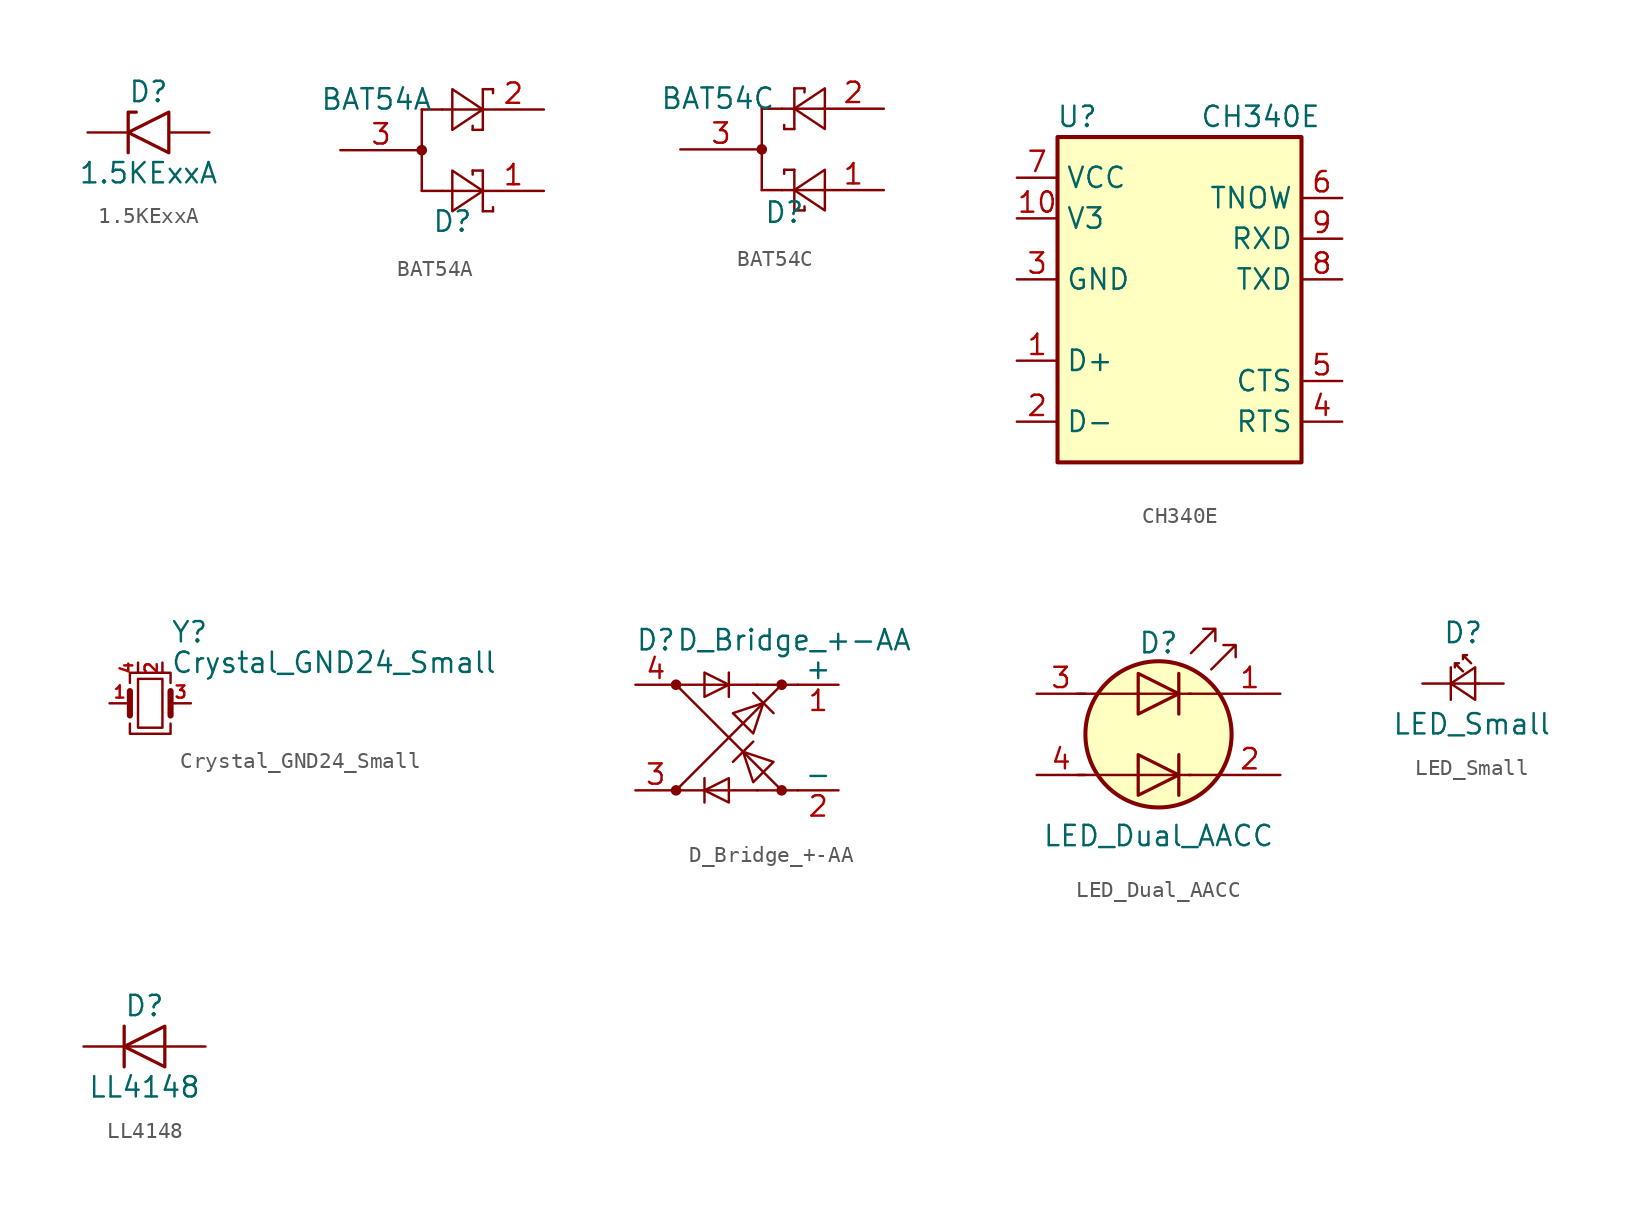
<source format=kicad_sym>
(kicad_symbol_lib
  (version 20211014)
  (generator kicad_symbol_editor)
  (symbol "1.5KExxA"
    (pin_numbers hide)
    (pin_names
      (offset 1.016) hide)
    (property "Reference" "D"
      (at 0 2.54 0)
      (effects (font (size 1.27 1.27))))
    (property "Value" "1.5KExxA"
      (at 0 -2.54 0)
      (effects (font (size 1.27 1.27))))
    (symbol "1.5KExxA_0_1"
      (polyline (pts (xy -0.762 1.27) (xy -1.27 1.27) (xy -1.27 -1.27)) (stroke (width 0.203) (type default) (color 0 0 0 0)) (fill (type none)))
      (polyline (pts (xy 1.27 1.27) (xy 1.27 -1.27) (xy -1.27 0) (xy 1.27 1.27)) (stroke (width 0.203) (type default) (color 0 0 0 0)) (fill (type none))))
    (symbol "1.5KExxA_1_1"
      (pin passive line (at -3.81 0 0) (length 2.54) (name "A1" (effects (font (size 1.27 1.27)))) (number "1" (effects (font (size 1.27 1.27)))))
      (pin passive line (at 3.81 0 180) (length 2.54) (name "A2" (effects (font (size 1.27 1.27)))) (number "2" (effects (font (size 1.27 1.27)))))))
  (symbol "BAT54A"
    (pin_names
      (offset 1.016))
    (property "Reference" "D"
      (at 0.635 -4.445 0)
      (effects (font (size 1.27 1.27)) (justify left)))
    (property "Value" "BAT54A"
      (at -6.35 3.175 0)
      (effects (font (size 1.27 1.27)) (justify left)))
    (symbol "BAT54A_0_1"
      (polyline (pts (xy 0 -2.54) (xy 1.27 -2.54)) (stroke (width 0) (type default) (color 0 0 0 0)) (fill (type none)))
      (polyline (pts (xy 0 2.54) (xy 0 -2.54)) (stroke (width 0) (type default) (color 0 0 0 0)) (fill (type none)))
      (polyline (pts (xy 1.27 2.54) (xy 0 2.54)) (stroke (width 0) (type default) (color 0 0 0 0)) (fill (type none)))
      (polyline (pts (xy 1.27 2.54) (xy 3.81 2.54)) (stroke (width 0) (type default) (color 0 0 0 0)) (fill (type none)))
      (polyline (pts (xy 3.175 -1.27) (xy 3.175 -1.524)) (stroke (width 0) (type default) (color 0 0 0 0)) (fill (type none)))
      (polyline (pts (xy 3.175 1.27) (xy 3.175 1.524)) (stroke (width 0) (type default) (color 0 0 0 0)) (fill (type none)))
      (polyline (pts (xy 3.81 -3.81) (xy 4.445 -3.81)) (stroke (width 0) (type default) (color 0 0 0 0)) (fill (type none)))
      (polyline (pts (xy 3.81 -2.54) (xy 1.27 -2.54)) (stroke (width 0) (type default) (color 0 0 0 0)) (fill (type none)))
      (polyline (pts (xy 3.81 -1.27) (xy 3.175 -1.27)) (stroke (width 0) (type default) (color 0 0 0 0)) (fill (type none)))
      (polyline (pts (xy 3.81 -1.27) (xy 3.81 -3.81)) (stroke (width 0) (type default) (color 0 0 0 0)) (fill (type none)))
      (polyline (pts (xy 3.81 1.27) (xy 3.175 1.27)) (stroke (width 0) (type default) (color 0 0 0 0)) (fill (type none)))
      (polyline (pts (xy 3.81 1.27) (xy 3.81 3.81)) (stroke (width 0) (type default) (color 0 0 0 0)) (fill (type none)))
      (polyline (pts (xy 3.81 3.81) (xy 4.445 3.81)) (stroke (width 0) (type default) (color 0 0 0 0)) (fill (type none)))
      (polyline (pts (xy 4.445 -3.81) (xy 4.445 -3.556)) (stroke (width 0) (type default) (color 0 0 0 0)) (fill (type none)))
      (polyline (pts (xy 4.445 3.81) (xy 4.445 3.556)) (stroke (width 0) (type default) (color 0 0 0 0)) (fill (type none)))
      (polyline (pts (xy 1.905 -3.81) (xy 1.905 -1.27) (xy 3.81 -2.54) (xy 1.905 -3.81)) (stroke (width 0) (type default) (color 0 0 0 0)) (fill (type none)))
      (polyline (pts (xy 1.905 3.81) (xy 1.905 1.27) (xy 3.81 2.54) (xy 1.905 3.81)) (stroke (width 0) (type default) (color 0 0 0 0)) (fill (type none)))
      (circle (center 0 0) (radius 0.254) (stroke (width 0) (type default) (color 0 0 0 0)) (fill (type outline))))
    (symbol "BAT54A_1_1"
      (pin passive line (at 7.62 -2.54 180) (length 3.81) (name "~" (effects (font (size 1.27 1.27)))) (number "1" (effects (font (size 1.27 1.27)))))
      (pin passive line (at 7.62 2.54 180) (length 3.81) (name "~" (effects (font (size 1.27 1.27)))) (number "2" (effects (font (size 1.27 1.27)))))
      (pin passive line (at -5.08 0 0) (length 5.08) (name "~" (effects (font (size 1.27 1.27)))) (number "3" (effects (font (size 1.27 1.27)))))))
  (symbol "BAT54C"
    (pin_names
      (offset 1.016))
    (property "Reference" "D"
      (at 0.127 -3.937 0)
      (effects (font (size 1.27 1.27)) (justify left)))
    (property "Value" "BAT54C"
      (at -6.35 3.175 0)
      (effects (font (size 1.27 1.27)) (justify left)))
    (symbol "BAT54C_0_1"
      (polyline (pts (xy 0 -2.54) (xy 1.27 -2.54)) (stroke (width 0) (type default) (color 0 0 0 0)) (fill (type none)))
      (polyline (pts (xy 0 2.54) (xy 0 -2.54)) (stroke (width 0) (type default) (color 0 0 0 0)) (fill (type none)))
      (polyline (pts (xy 0 2.54) (xy 1.27 2.54)) (stroke (width 0) (type default) (color 0 0 0 0)) (fill (type none)))
      (polyline (pts (xy 1.27 -2.54) (xy 3.81 -2.54)) (stroke (width 0) (type default) (color 0 0 0 0)) (fill (type none)))
      (polyline (pts (xy 1.397 -1.27) (xy 1.397 -1.524)) (stroke (width 0) (type default) (color 0 0 0 0)) (fill (type none)))
      (polyline (pts (xy 1.397 1.27) (xy 1.397 1.524)) (stroke (width 0) (type default) (color 0 0 0 0)) (fill (type none)))
      (polyline (pts (xy 2.032 -3.81) (xy 2.032 -1.27)) (stroke (width 0) (type default) (color 0 0 0 0)) (fill (type none)))
      (polyline (pts (xy 2.032 -3.81) (xy 2.667 -3.81)) (stroke (width 0) (type default) (color 0 0 0 0)) (fill (type none)))
      (polyline (pts (xy 2.032 -1.27) (xy 1.397 -1.27)) (stroke (width 0) (type default) (color 0 0 0 0)) (fill (type none)))
      (polyline (pts (xy 2.032 1.27) (xy 1.397 1.27)) (stroke (width 0) (type default) (color 0 0 0 0)) (fill (type none)))
      (polyline (pts (xy 2.032 3.81) (xy 2.032 1.27)) (stroke (width 0) (type default) (color 0 0 0 0)) (fill (type none)))
      (polyline (pts (xy 2.032 3.81) (xy 2.667 3.81)) (stroke (width 0) (type default) (color 0 0 0 0)) (fill (type none)))
      (polyline (pts (xy 2.667 -3.81) (xy 2.667 -3.556)) (stroke (width 0) (type default) (color 0 0 0 0)) (fill (type none)))
      (polyline (pts (xy 2.667 3.81) (xy 2.667 3.556)) (stroke (width 0) (type default) (color 0 0 0 0)) (fill (type none)))
      (polyline (pts (xy 3.81 2.54) (xy 1.27 2.54)) (stroke (width 0) (type default) (color 0 0 0 0)) (fill (type none)))
      (polyline (pts (xy 3.937 -1.27) (xy 3.937 -3.81) (xy 2.032 -2.54) (xy 3.937 -1.27)) (stroke (width 0) (type default) (color 0 0 0 0)) (fill (type none)))
      (polyline (pts (xy 3.937 1.27) (xy 3.937 3.81) (xy 2.032 2.54) (xy 3.937 1.27)) (stroke (width 0) (type default) (color 0 0 0 0)) (fill (type none)))
      (circle (center 0 0) (radius 0.254) (stroke (width 0) (type default) (color 0 0 0 0)) (fill (type outline))))
    (symbol "BAT54C_1_1"
      (pin passive line (at 7.62 -2.54 180) (length 3.81) (name "~" (effects (font (size 1.27 1.27)))) (number "1" (effects (font (size 1.27 1.27)))))
      (pin passive line (at 7.62 2.54 180) (length 3.81) (name "~" (effects (font (size 1.27 1.27)))) (number "2" (effects (font (size 1.27 1.27)))))
      (pin passive line (at -5.08 0 0) (length 5.08) (name "~" (effects (font (size 1.27 1.27)))) (number "3" (effects (font (size 1.27 1.27)))))))
  (symbol "CH340E"
    (property "Reference" "U"
      (at -5.08 11.43 0)
      (effects (font (size 1.27 1.27)) (justify right)))
    (property "Value" "CH340E"
      (at 1.27 11.43 0)
      (effects (font (size 1.27 1.27)) (justify left)))
    (symbol "CH340E_0_1"
      (rectangle (start -7.62 10.16) (end 7.62 -10.16) (stroke (width 0.254) (type default) (color 0 0 0 0)) (fill (type background))))
    (symbol "CH340E_1_1"
      (pin passive line (at -10.16 -3.81 0) (length 2.54) (name "D+" (effects (font (size 1.27 1.27)))) (number "1" (effects (font (size 1.27 1.27)))))
      (pin input line (at -10.16 5.08 0) (length 2.54) (name "V3" (effects (font (size 1.27 1.27)))) (number "10" (effects (font (size 1.27 1.27)))))
      (pin passive line (at -10.16 -7.62 0) (length 2.54) (name "D-" (effects (font (size 1.27 1.27)))) (number "2" (effects (font (size 1.27 1.27)))))
      (pin input line (at -10.16 1.27 0) (length 2.54) (name "GND" (effects (font (size 1.27 1.27)))) (number "3" (effects (font (size 1.27 1.27)))))
      (pin passive line (at 10.16 -7.62 180) (length 2.54) (name "RTS" (effects (font (size 1.27 1.27)))) (number "4" (effects (font (size 1.27 1.27)))))
      (pin passive line (at 10.16 -5.08 180) (length 2.54) (name "CTS" (effects (font (size 1.27 1.27)))) (number "5" (effects (font (size 1.27 1.27)))))
      (pin output line (at 10.16 6.35 180) (length 2.54) (name "TNOW" (effects (font (size 1.27 1.27)))) (number "6" (effects (font (size 1.27 1.27)))))
      (pin input line (at -10.16 7.62 0) (length 2.54) (name "VCC" (effects (font (size 1.27 1.27)))) (number "7" (effects (font (size 1.27 1.27)))))
      (pin output line (at 10.16 1.27 180) (length 2.54) (name "TXD" (effects (font (size 1.27 1.27)))) (number "8" (effects (font (size 1.27 1.27)))))
      (pin input line (at 10.16 3.81 180) (length 2.54) (name "RXD" (effects (font (size 1.27 1.27)))) (number "9" (effects (font (size 1.27 1.27)))))))
  (symbol "Crystal_GND24_Small"
    (pin_names
      (offset 1.016) hide)
    (property "Reference" "Y"
      (at 1.27 4.445 0)
      (effects (font (size 1.27 1.27)) (justify left)))
    (property "Value" "Crystal_GND24_Small"
      (at 1.27 2.54 0)
      (effects (font (size 1.27 1.27)) (justify left)))
    (symbol "Crystal_GND24_Small_0_1"
      (rectangle (start -0.762 -1.524) (end 0.762 1.524) (stroke (width 0) (type default) (color 0 0 0 0)) (fill (type none)))
      (polyline (pts (xy -1.27 -0.762) (xy -1.27 0.762)) (stroke (width 0.381) (type default) (color 0 0 0 0)) (fill (type none)))
      (polyline (pts (xy 1.27 -0.762) (xy 1.27 0.762)) (stroke (width 0.381) (type default) (color 0 0 0 0)) (fill (type none)))
      (polyline (pts (xy -1.27 -1.27) (xy -1.27 -1.905) (xy 1.27 -1.905) (xy 1.27 -1.27)) (stroke (width 0) (type default) (color 0 0 0 0)) (fill (type none)))
      (polyline (pts (xy -1.27 1.27) (xy -1.27 1.905) (xy 1.27 1.905) (xy 1.27 1.27)) (stroke (width 0) (type default) (color 0 0 0 0)) (fill (type none))))
    (symbol "Crystal_GND24_Small_1_1"
      (pin passive line (at -2.54 0 0) (length 1.27) (name "1" (effects (font (size 1.27 1.27)))) (number "1" (effects (font (size 0.762 0.762)))))
      (pin passive line (at 0.762 2.54 270) (length 0.635) (name "2" (effects (font (size 1.27 1.27)))) (number "2" (effects (font (size 0.762 0.762)))))
      (pin passive line (at 2.54 0 180) (length 1.27) (name "3" (effects (font (size 1.27 1.27)))) (number "3" (effects (font (size 0.762 0.762)))))
      (pin passive line (at -0.762 2.54 270) (length 0.635) (name "4" (effects (font (size 1.27 1.27)))) (number "4" (effects (font (size 0.762 0.762)))))))
  (symbol "D_Bridge_+-AA"
    (pin_names
      (offset 0))
    (property "Reference" "D"
      (at -5.08 6.096 0)
      (effects (font (size 1.27 1.27)) (justify left)))
    (property "Value" "D_Bridge_+-AA"
      (at -2.54 6.096 0)
      (effects (font (size 1.27 1.27)) (justify left)))
    (symbol "D_Bridge_+-AA_0_1"
      (circle (center -2.54 -3.302) (radius 0.254) (stroke (width 0) (type default) (color 0 0 0 0)) (fill (type outline)))
      (circle (center -2.54 3.302) (radius 0.254) (stroke (width 0) (type default) (color 0 0 0 0)) (fill (type outline)))
      (polyline (pts (xy -0.762 -2.54) (xy -0.762 -4.064)) (stroke (width 0) (type default) (color 0 0 0 0)) (fill (type none)))
      (polyline (pts (xy 2.286 -0.254) (xy 1.016 -1.524)) (stroke (width 0) (type default) (color 0 0 0 0)) (fill (type none)))
      (polyline (pts (xy 2.286 2.794) (xy 3.556 1.524)) (stroke (width 0) (type default) (color 0 0 0 0)) (fill (type none)))
      (polyline (pts (xy 2.54 -3.302) (xy 5.08 -3.302)) (stroke (width 0) (type default) (color 0 0 0 0)) (fill (type none)))
      (polyline (pts (xy 2.54 3.302) (xy 5.08 3.302)) (stroke (width 0) (type default) (color 0 0 0 0)) (fill (type none)))
      (polyline (pts (xy 4.064 -3.302) (xy -2.54 3.302)) (stroke (width 0) (type default) (color 0 0 0 0)) (fill (type none)))
      (polyline (pts (xy 4.064 3.302) (xy -2.54 -3.302)) (stroke (width 0) (type default) (color 0 0 0 0)) (fill (type none)))
      (polyline (pts (xy -2.54 3.302) (xy 1.27 3.302) (xy 2.54 3.302)) (stroke (width 0) (type default) (color 0 0 0 0)) (fill (type none)))
      (polyline (pts (xy 0.762 -2.54) (xy 0.762 -4.064) (xy -0.762 -3.302) (xy 0.762 -2.54)) (stroke (width 0) (type default) (color 0 0 0 0)) (fill (type none)))
      (polyline (pts (xy 1.016 1.524) (xy 2.286 0.254) (xy 2.921 2.159) (xy 1.016 1.524)) (stroke (width 0) (type default) (color 0 0 0 0)) (fill (type none)))
      (polyline (pts (xy 3.556 -1.524) (xy 2.286 -2.794) (xy 1.651 -0.889) (xy 3.556 -1.524)) (stroke (width 0) (type default) (color 0 0 0 0)) (fill (type none)))
      (circle (center 4.064 3.302) (radius 0.254) (stroke (width 0) (type default) (color 0 0 0 0)) (fill (type outline))))
    (symbol "D_Bridge_+-AA_1_1"
      (polyline (pts (xy 0.762 2.54) (xy 0.762 4.064)) (stroke (width 0) (type default) (color 0 0 0 0)) (fill (type none)))
      (polyline (pts (xy -2.54 -3.302) (xy 1.27 -3.302) (xy 2.54 -3.302)) (stroke (width 0) (type default) (color 0 0 0 0)) (fill (type none)))
      (polyline (pts (xy -0.762 2.54) (xy -0.762 4.064) (xy 0.762 3.302) (xy -0.762 2.54)) (stroke (width 0) (type default) (color 0 0 0 0)) (fill (type none)))
      (circle (center 4.064 -3.302) (radius 0.254) (stroke (width 0) (type default) (color 0 0 0 0)) (fill (type outline)))
      (pin passive line (at 7.62 3.302 180) (length 2.54) (name "+" (effects (font (size 1.27 1.27)))) (number "1" (effects (font (size 1.27 1.27)))))
      (pin passive line (at 7.62 -3.302 180) (length 2.54) (name "-" (effects (font (size 1.27 1.27)))) (number "2" (effects (font (size 1.27 1.27)))))
      (pin passive line (at -5.08 -3.302 0) (length 2.54) (name "~" (effects (font (size 1.27 1.27)))) (number "3" (effects (font (size 1.27 1.27)))))
      (pin passive line (at -5.08 3.302 0) (length 2.54) (name "~" (effects (font (size 1.27 1.27)))) (number "4" (effects (font (size 1.27 1.27)))))))
  (symbol "LED_Dual_AACC"
    (pin_names
      (offset 0) hide)
    (property "Reference" "D"
      (at 0 5.715 0)
      (effects (font (size 1.27 1.27))))
    (property "Value" "LED_Dual_AACC"
      (at 0 -6.35 0)
      (effects (font (size 1.27 1.27))))
    (symbol "LED_Dual_AACC_0_1"
      (polyline (pts (xy -5.08 -2.54) (xy 2.032 -2.54)) (stroke (width 0) (type default) (color 0 0 0 0)) (fill (type none)))
      (polyline (pts (xy -5.08 2.54) (xy 2.032 2.54)) (stroke (width 0) (type default) (color 0 0 0 0)) (fill (type none)))
      (polyline (pts (xy 1.27 -1.27) (xy 1.27 -3.81)) (stroke (width 0.203) (type default) (color 0 0 0 0)) (fill (type none)))
      (polyline (pts (xy 1.27 3.81) (xy 1.27 1.27)) (stroke (width 0.203) (type default) (color 0 0 0 0)) (fill (type none)))
      (polyline (pts (xy 3.81 -2.54) (xy 1.905 -2.54)) (stroke (width 0) (type default) (color 0 0 0 0)) (fill (type none)))
      (polyline (pts (xy 3.81 2.54) (xy 1.905 2.54)) (stroke (width 0) (type default) (color 0 0 0 0)) (fill (type none)))
      (polyline (pts (xy -1.27 -1.27) (xy -1.27 -3.81) (xy 1.27 -2.54) (xy -1.27 -1.27)) (stroke (width 0.203) (type default) (color 0 0 0 0)) (fill (type none)))
      (polyline (pts (xy -1.27 3.81) (xy -1.27 1.27) (xy 1.27 2.54) (xy -1.27 3.81)) (stroke (width 0.203) (type default) (color 0 0 0 0)) (fill (type none)))
      (polyline (pts (xy 2.032 5.08) (xy 3.556 6.604) (xy 2.794 6.604) (xy 3.556 6.604) (xy 3.556 5.842)) (stroke (width 0) (type default) (color 0 0 0 0)) (fill (type none)))
      (polyline (pts (xy 3.302 4.064) (xy 4.826 5.588) (xy 4.064 5.588) (xy 4.826 5.588) (xy 4.826 4.826)) (stroke (width 0) (type default) (color 0 0 0 0)) (fill (type none)))
      (circle (center 0 0) (radius 4.572) (stroke (width 0.254) (type default) (color 0 0 0 0)) (fill (type background))))
    (symbol "LED_Dual_AACC_1_1"
      (pin input line (at 7.62 2.54 180) (length 3.81) (name "K1" (effects (font (size 1.27 1.27)))) (number "1" (effects (font (size 1.27 1.27)))))
      (pin input line (at 7.62 -2.54 180) (length 3.81) (name "K2" (effects (font (size 1.27 1.27)))) (number "2" (effects (font (size 1.27 1.27)))))
      (pin input line (at -7.62 2.54 0) (length 3.048) (name "A1" (effects (font (size 1.27 1.27)))) (number "3" (effects (font (size 1.27 1.27)))))
      (pin input line (at -7.62 -2.54 0) (length 3.048) (name "A2" (effects (font (size 1.27 1.27)))) (number "4" (effects (font (size 1.27 1.27)))))))
  (symbol "LED_Small"
    (pin_numbers hide)
    (pin_names
      (offset 0.254) hide)
    (property "Reference" "D"
      (at -1.27 3.175 0)
      (effects (font (size 1.27 1.27)) (justify left)))
    (property "Value" "LED_Small"
      (at -4.445 -2.54 0)
      (effects (font (size 1.27 1.27)) (justify left)))
    (symbol "LED_Small_0_1"
      (polyline (pts (xy -0.762 -1.016) (xy -0.762 1.016)) (stroke (width 0) (type default) (color 0 0 0 0)) (fill (type none)))
      (polyline (pts (xy 1.016 0) (xy -0.762 0)) (stroke (width 0) (type default) (color 0 0 0 0)) (fill (type none)))
      (polyline (pts (xy 0.762 -1.016) (xy -0.762 0) (xy 0.762 1.016) (xy 0.762 -1.016)) (stroke (width 0) (type default) (color 0 0 0 0)) (fill (type none)))
      (polyline (pts (xy 0 0.762) (xy -0.508 1.27) (xy -0.254 1.27) (xy -0.508 1.27) (xy -0.508 1.016)) (stroke (width 0) (type default) (color 0 0 0 0)) (fill (type none)))
      (polyline (pts (xy 0.508 1.27) (xy 0 1.778) (xy 0.254 1.778) (xy 0 1.778) (xy 0 1.524)) (stroke (width 0) (type default) (color 0 0 0 0)) (fill (type none))))
    (symbol "LED_Small_1_1"
      (pin passive line (at -2.54 0 0) (length 1.778) (name "K" (effects (font (size 1.27 1.27)))) (number "1" (effects (font (size 1.27 1.27)))))
      (pin passive line (at 2.54 0 180) (length 1.778) (name "A" (effects (font (size 1.27 1.27)))) (number "2" (effects (font (size 1.27 1.27)))))))
  (symbol "LL4148"
    (pin_numbers hide)
    (pin_names
      (offset 1.016) hide)
    (property "Reference" "D"
      (at 0 2.54 0)
      (effects (font (size 1.27 1.27))))
    (property "Value" "LL4148"
      (at 0 -2.54 0)
      (effects (font (size 1.27 1.27))))
    (symbol "LL4148_0_1"
      (polyline (pts (xy -1.27 1.27) (xy -1.27 -1.27)) (stroke (width 0.203) (type default) (color 0 0 0 0)) (fill (type none)))
      (polyline (pts (xy 1.27 0) (xy -1.27 0)) (stroke (width 0) (type default) (color 0 0 0 0)) (fill (type none)))
      (polyline (pts (xy 1.27 1.27) (xy 1.27 -1.27) (xy -1.27 0) (xy 1.27 1.27)) (stroke (width 0.203) (type default) (color 0 0 0 0)) (fill (type none))))
    (symbol "LL4148_1_1"
      (pin passive line (at -3.81 0 0) (length 2.54) (name "K" (effects (font (size 1.27 1.27)))) (number "1" (effects (font (size 1.27 1.27)))))
      (pin passive line (at 3.81 0 180) (length 2.54) (name "A" (effects (font (size 1.27 1.27)))) (number "2" (effects (font (size 1.27 1.27))))))))
</source>
